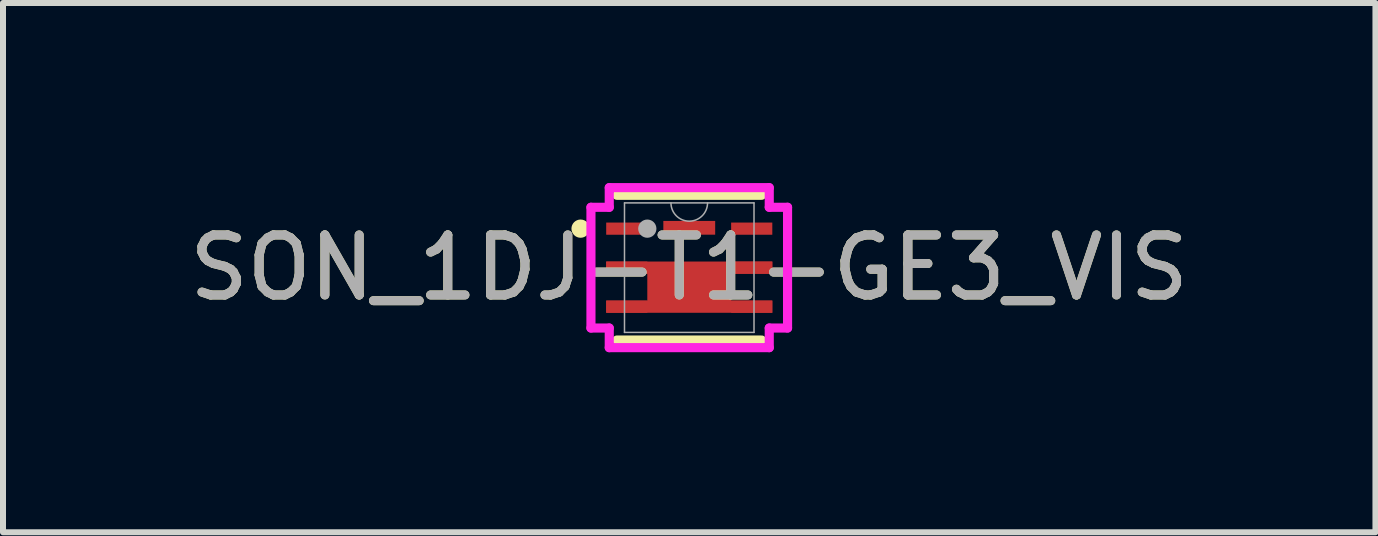
<source format=kicad_pcb>
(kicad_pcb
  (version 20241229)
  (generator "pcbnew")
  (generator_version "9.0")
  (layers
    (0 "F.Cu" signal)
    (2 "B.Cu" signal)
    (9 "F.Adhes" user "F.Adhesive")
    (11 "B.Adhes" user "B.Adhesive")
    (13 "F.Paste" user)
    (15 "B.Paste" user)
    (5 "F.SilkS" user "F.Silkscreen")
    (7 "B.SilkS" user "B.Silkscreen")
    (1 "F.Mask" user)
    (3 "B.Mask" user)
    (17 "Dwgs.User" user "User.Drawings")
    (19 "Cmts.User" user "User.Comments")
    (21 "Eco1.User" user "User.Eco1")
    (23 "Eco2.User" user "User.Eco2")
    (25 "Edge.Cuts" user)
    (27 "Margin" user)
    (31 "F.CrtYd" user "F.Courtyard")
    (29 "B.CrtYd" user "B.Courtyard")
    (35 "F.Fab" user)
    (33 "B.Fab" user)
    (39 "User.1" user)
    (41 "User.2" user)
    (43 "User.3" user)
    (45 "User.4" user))
  (footprint "SON_1DJ-T1-GE3_VIS"
    (layer "F.Cu")
    (at 8.435 1.41)
    (property "Reference" "SON_1DJ-T1-GE3_VIS" (at 0 0 0) (unlocked yes) (layer "F.SilkS") (effects (font (size 1 1) (thickness 0.15))))
    (attr smd)
    (fp_poly (pts (xy -1.384 -0.102) (xy 1.384 -0.102) (xy 1.384 0.102) (xy 0.699 0.102) (xy 0.699 0.548) (xy 1.384 0.548) (xy 1.384 0.752) (xy -1.384 0.752) (xy -1.384 0.548) (xy -0.699 0.548) (xy -0.699 0.102) (xy -1.384 0.102)) (stroke (width 0) (type solid)) (fill yes) (layer "F.Cu"))
    (fp_poly (pts (xy -1.384 -0.102) (xy 1.384 -0.102) (xy 1.384 0.102) (xy 0.699 0.102) (xy 0.699 0.548) (xy 1.384 0.548) (xy 1.384 0.752) (xy -1.384 0.752) (xy -1.384 0.548) (xy -0.699 0.548) (xy -0.699 0.102) (xy -1.384 0.102)) (stroke (width 0) (type solid)) (fill yes) (layer "F.Mask"))
    (fp_line (start -1.206 1.206) (end 1.206 1.206) (stroke (width 0.152) (type solid)) (layer "F.SilkS"))
    (fp_line (start 1.206 -1.206) (end -1.206 -1.206) (stroke (width 0.152) (type solid)) (layer "F.SilkS"))
    (fp_circle (center -1.811 -0.65) (end -1.735 -0.65) (stroke (width 0.152) (type solid)) (fill no) (layer "F.SilkS"))
    (fp_poly (pts (xy 0.699 -0.102) (xy 1.384 -0.102) (xy 1.384 0.102) (xy 0.699 0.102) (xy 0.699 0.548) (xy 1.384 0.548) (xy 1.384 0.752) (xy -1.384 0.752) (xy -1.384 0.548) (xy -0.699 0.548) (xy -0.699 0.102) (xy -1.384 0.102) (xy -1.384 -0.102)) (stroke (width 0) (type solid)) (fill yes) (layer "F.Paste"))
    (fp_line (start -1.638 -1.006) (end -1.333 -1.006) (stroke (width 0.152) (type solid)) (layer "F.CrtYd"))
    (fp_line (start -1.638 1.006) (end -1.638 -1.006) (stroke (width 0.152) (type solid)) (layer "F.CrtYd"))
    (fp_line (start -1.638 1.006) (end -1.333 1.006) (stroke (width 0.152) (type solid)) (layer "F.CrtYd"))
    (fp_line (start -1.333 -1.333) (end 1.333 -1.333) (stroke (width 0.152) (type solid)) (layer "F.CrtYd"))
    (fp_line (start -1.333 -1.006) (end -1.333 -1.333) (stroke (width 0.152) (type solid)) (layer "F.CrtYd"))
    (fp_line (start -1.333 1.333) (end -1.333 1.006) (stroke (width 0.152) (type solid)) (layer "F.CrtYd"))
    (fp_line (start 1.333 -1.333) (end 1.333 -1.006) (stroke (width 0.152) (type solid)) (layer "F.CrtYd"))
    (fp_line (start 1.333 1.006) (end 1.333 1.333) (stroke (width 0.152) (type solid)) (layer "F.CrtYd"))
    (fp_line (start 1.333 1.333) (end -1.333 1.333) (stroke (width 0.152) (type solid)) (layer "F.CrtYd"))
    (fp_line (start 1.638 -1.006) (end 1.333 -1.006) (stroke (width 0.152) (type solid)) (layer "F.CrtYd"))
    (fp_line (start 1.638 -1.006) (end 1.638 1.006) (stroke (width 0.152) (type solid)) (layer "F.CrtYd"))
    (fp_line (start 1.638 1.006) (end 1.333 1.006) (stroke (width 0.152) (type solid)) (layer "F.CrtYd"))
    (fp_line (start -1.079 -1.079) (end -1.079 1.079) (stroke (width 0.025) (type solid)) (layer "F.Fab"))
    (fp_line (start -1.079 1.079) (end 1.079 1.079) (stroke (width 0.025) (type solid)) (layer "F.Fab"))
    (fp_line (start 1.079 -1.079) (end -1.079 -1.079) (stroke (width 0.025) (type solid)) (layer "F.Fab"))
    (fp_line (start 1.079 1.079) (end 1.079 -1.079) (stroke (width 0.025) (type solid)) (layer "F.Fab"))
    (fp_arc (start 0.3048 -1.0795) (mid 0 -0.7747) (end -0.3048 -1.0795) (stroke (width 0.0254) (type solid)) (layer "F.Fab"))
    (fp_circle (center -0.699 -0.65) (end -0.699 -0.65) (stroke (width 0.152) (type solid)) (fill no) (layer "F.Fab"))
    (fp_text user "${REFERENCE}" (at 0 0 0) (unlocked yes) (layer "F.Fab") (effects (font (size 1 1) (thickness 0.15))))
    (pad "1" smd rect (at -1.041 -0.65) (size 0.686 0.203) (layers "F.Cu" "F.Mask" "F.Paste"))
    (pad "2" smd rect (at -1.041 0) (size 0.686 0.203) (layers "F.Cu" "F.Mask" "F.Paste"))
    (pad "3" smd rect (at -1.041 0.65) (size 0.686 0.203) (layers "F.Cu" "F.Mask" "F.Paste"))
    (pad "4" smd rect (at 1.041 0.65) (size 0.686 0.203) (layers "F.Cu" "F.Mask" "F.Paste"))
    (pad "5" smd rect (at 1.041 0) (size 0.686 0.203) (layers "F.Cu" "F.Mask" "F.Paste"))
    (pad "6" smd rect (at 1.041 -0.65) (size 0.686 0.203) (layers "F.Cu" "F.Mask" "F.Paste"))
    (pad "7" smd rect (at 0 -0.664) (size 0.864 0.229) (layers "F.Cu" "F.Mask" "F.Paste")))
  (gr_rect
    (start -3 -3)
    (end 19.869 5.819)
    (stroke (width 0.1) (type default))
    (fill no)
    (layer "Edge.Cuts")))
</source>
